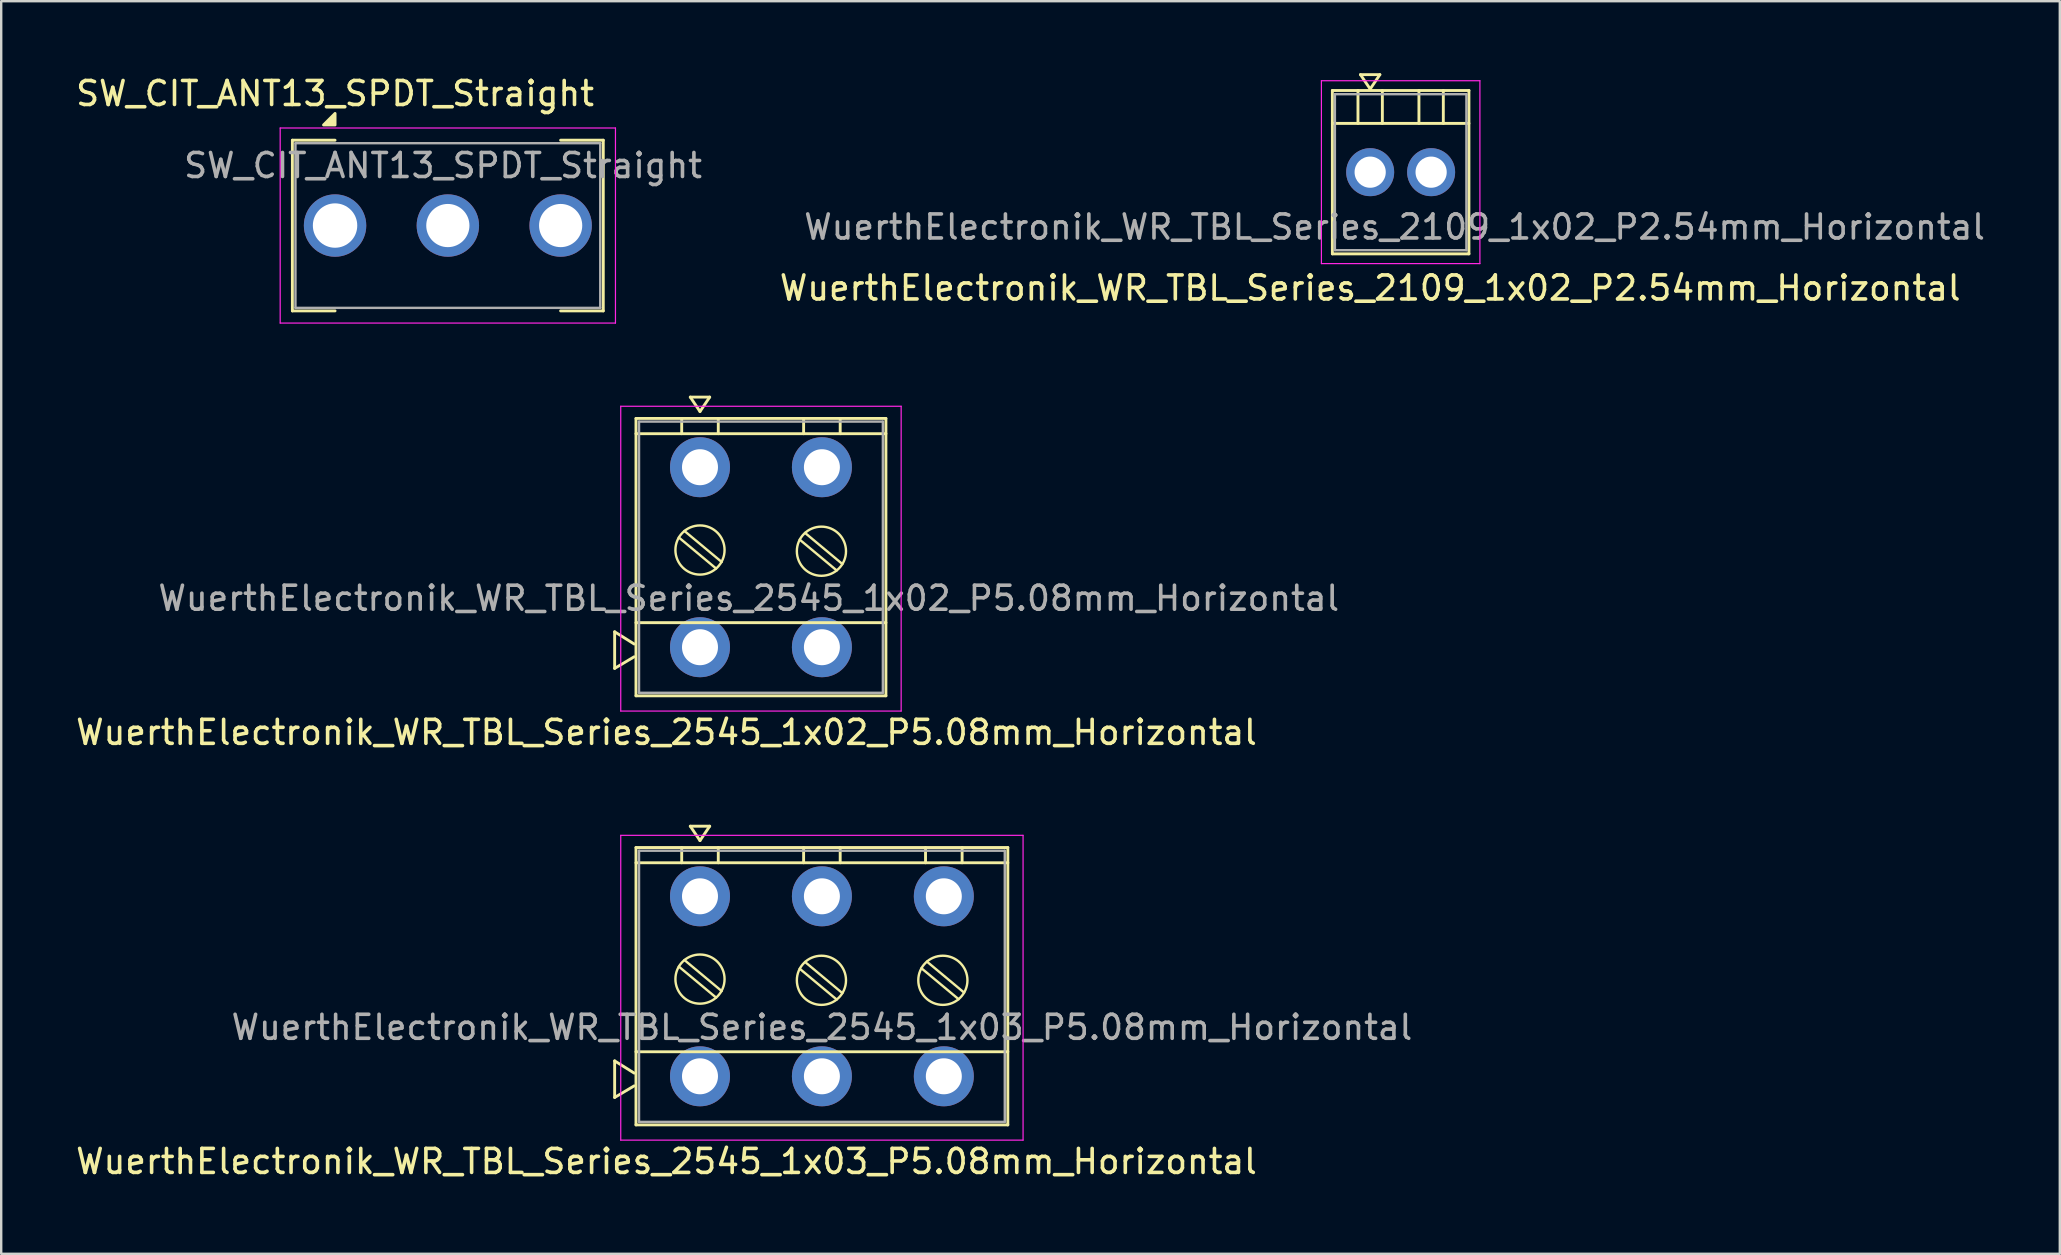
<source format=kicad_pcb>
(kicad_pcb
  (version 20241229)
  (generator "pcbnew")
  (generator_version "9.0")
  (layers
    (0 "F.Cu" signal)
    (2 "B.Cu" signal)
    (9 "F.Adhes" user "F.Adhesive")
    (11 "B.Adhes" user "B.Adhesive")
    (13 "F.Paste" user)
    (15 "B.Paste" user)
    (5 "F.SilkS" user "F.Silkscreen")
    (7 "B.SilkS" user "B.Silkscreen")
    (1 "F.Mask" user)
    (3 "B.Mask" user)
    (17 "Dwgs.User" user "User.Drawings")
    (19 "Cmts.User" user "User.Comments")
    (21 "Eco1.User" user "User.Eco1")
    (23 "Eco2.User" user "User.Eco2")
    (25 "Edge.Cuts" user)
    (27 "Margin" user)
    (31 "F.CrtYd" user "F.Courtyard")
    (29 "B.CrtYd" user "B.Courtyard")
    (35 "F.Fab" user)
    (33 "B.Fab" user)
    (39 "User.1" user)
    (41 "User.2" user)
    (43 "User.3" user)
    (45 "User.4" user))
  (footprint "WuerthElectronik_WR_TBL_Series_2109_1x02_P2.54mm_Horizontal"
    (layer "F.Cu")
    (at 54.042 4.124)
    (property "Reference" "WuerthElectronik_WR_TBL_Series_2109_1x02_P2.54mm_Horizontal" (at 0 4.826 0) (layer "F.SilkS") (effects (font (size 1 1) (thickness 0.15))))
    (attr through_hole)
    (fp_line (start -1.575 -3.404) (end -1.575 3.404) (stroke (width 0.12) (type solid)) (layer "F.SilkS"))
    (fp_line (start -1.575 -3.404) (end 4.115 -3.404) (stroke (width 0.12) (type solid)) (layer "F.SilkS"))
    (fp_line (start -1.575 -2.032) (end 4.115 -2.032) (stroke (width 0.12) (type solid)) (layer "F.SilkS"))
    (fp_line (start -1.575 3.404) (end 4.115 3.404) (stroke (width 0.12) (type solid)) (layer "F.SilkS"))
    (fp_line (start -0.508 -3.404) (end -0.508 -2.032) (stroke (width 0.12) (type solid)) (layer "F.SilkS"))
    (fp_line (start -0.404 -4.064) (end 0.404 -4.064) (stroke (width 0.12) (type solid)) (layer "F.SilkS"))
    (fp_line (start 0 -3.464) (end -0.404 -4.064) (stroke (width 0.12) (type solid)) (layer "F.SilkS"))
    (fp_line (start 0.404 -4.064) (end 0 -3.464) (stroke (width 0.12) (type solid)) (layer "F.SilkS"))
    (fp_line (start 0.508 -3.404) (end 0.508 -2.032) (stroke (width 0.12) (type solid)) (layer "F.SilkS"))
    (fp_line (start 2.032 -3.404) (end 2.032 -2.032) (stroke (width 0.12) (type solid)) (layer "F.SilkS"))
    (fp_line (start 3.048 -3.404) (end 3.048 -2.032) (stroke (width 0.12) (type solid)) (layer "F.SilkS"))
    (fp_line (start 4.115 -3.404) (end 4.115 3.404) (stroke (width 0.12) (type solid)) (layer "F.SilkS"))
    (fp_line (start -2.032 -3.81) (end -2.032 3.81) (stroke (width 0.05) (type solid)) (layer "F.CrtYd"))
    (fp_line (start -2.032 3.81) (end 4.572 3.81) (stroke (width 0.05) (type solid)) (layer "F.CrtYd"))
    (fp_line (start 4.572 -3.81) (end -2.032 -3.81) (stroke (width 0.05) (type solid)) (layer "F.CrtYd"))
    (fp_line (start 4.572 3.81) (end 4.572 -3.81) (stroke (width 0.05) (type solid)) (layer "F.CrtYd"))
    (fp_line (start -1.47 -3.25) (end -1.47 3.25) (stroke (width 0.1) (type solid)) (layer "F.Fab"))
    (fp_line (start -1.47 -3.25) (end 4.01 -3.25) (stroke (width 0.1) (type solid)) (layer "F.Fab"))
    (fp_line (start -1.47 3.25) (end 4.01 3.25) (stroke (width 0.1) (type solid)) (layer "F.Fab"))
    (fp_line (start 4.01 3.25) (end 4.01 -3.25) (stroke (width 0.1) (type solid)) (layer "F.Fab"))
    (fp_text user "${REFERENCE}" (at 1.016 2.286 0) (layer "F.Fab") (effects (font (size 1 1) (thickness 0.15))))
    (pad "1" thru_hole circle (at 0 0) (size 2 2) (drill 1.3) (layers "*.Cu" "*.Mask"))
    (pad "2" thru_hole circle (at 2.54 0) (size 2 2) (drill 1.3) (layers "*.Cu" "*.Mask")))
  (footprint "SW_CIT_ANT13_SPDT_Straight"
    (layer "F.Cu")
    (at 10.911 6.348)
    (property "Reference" "SW_CIT_ANT13_SPDT_Straight" (at 0 -5.5 0) (layer "F.SilkS") (effects (font (size 1 1) (thickness 0.15))))
    (attr through_hole)
    (fp_line (start -1.778 -3.556) (end -1.778 3.556) (stroke (width 0.12) (type solid)) (layer "F.SilkS"))
    (fp_line (start -1.778 3.556) (end 0 3.556) (stroke (width 0.12) (type solid)) (layer "F.SilkS"))
    (fp_line (start 0 -3.556) (end -1.778 -3.556) (stroke (width 0.12) (type solid)) (layer "F.SilkS"))
    (fp_line (start 9.398 -3.556) (end 11.176 -3.556) (stroke (width 0.12) (type solid)) (layer "F.SilkS"))
    (fp_line (start 9.398 3.556) (end 11.176 3.556) (stroke (width 0.12) (type solid)) (layer "F.SilkS"))
    (fp_line (start 11.176 -3.556) (end 11.176 3.556) (stroke (width 0.12) (type solid)) (layer "F.SilkS"))
    (fp_poly (pts (xy 0 -4.191) (xy -0.48 -4.191) (xy 0 -4.671) (xy 0 -4.191)) (stroke (width 0.12) (type solid)) (fill yes) (layer "F.SilkS"))
    (fp_line (start -2.286 -4.064) (end 11.684 -4.064) (stroke (width 0.05) (type solid)) (layer "F.CrtYd"))
    (fp_line (start -2.286 4.064) (end -2.286 -4.064) (stroke (width 0.05) (type solid)) (layer "F.CrtYd"))
    (fp_line (start 11.684 -4.064) (end 11.684 4.064) (stroke (width 0.05) (type solid)) (layer "F.CrtYd"))
    (fp_line (start 11.684 4.064) (end -2.286 4.064) (stroke (width 0.05) (type solid)) (layer "F.CrtYd"))
    (fp_line (start -1.65 -3.43) (end -1.65 3.43) (stroke (width 0.1) (type solid)) (layer "F.Fab"))
    (fp_line (start -1.65 -3.43) (end 11.05 -3.43) (stroke (width 0.1) (type solid)) (layer "F.Fab"))
    (fp_line (start -1.65 3.43) (end 11.05 3.43) (stroke (width 0.1) (type solid)) (layer "F.Fab"))
    (fp_line (start 11.05 -3.43) (end 11.05 3.43) (stroke (width 0.1) (type solid)) (layer "F.Fab"))
    (fp_text user "${REFERENCE}" (at 4.5 -2.5 0) (layer "F.Fab") (effects (font (size 1 1) (thickness 0.15))))
    (pad "1" thru_hole circle (at 0 0) (size 2.6 2.6) (drill 1.85) (layers "*.Cu" "*.Mask"))
    (pad "2" thru_hole circle (at 4.7 0) (size 2.6 2.6) (drill 1.8) (layers "*.Cu" "*.Mask"))
    (pad "3" thru_hole circle (at 9.4 0) (size 2.6 2.6) (drill 1.8) (layers "*.Cu" "*.Mask")))
  (footprint "WuerthElectronik_WR_TBL_Series_2545_1x03_P5.08mm_Horizontal"
    (layer "F.Cu")
    (at 26.117 34.297)
    (property "Reference" "WuerthElectronik_WR_TBL_Series_2545_1x03_P5.08mm_Horizontal" (at -1.397 11.049 0) (layer "F.SilkS") (effects (font (size 1 1) (thickness 0.15))))
    (attr through_hole)
    (fp_line (start -3.556 8.382) (end -3.556 6.858) (stroke (width 0.12) (type solid)) (layer "F.SilkS"))
    (fp_line (start -2.743 7.366) (end -3.556 6.858) (stroke (width 0.12) (type solid)) (layer "F.SilkS"))
    (fp_line (start -2.743 7.899) (end -3.556 8.382) (stroke (width 0.12) (type solid)) (layer "F.SilkS"))
    (fp_line (start -2.667 -2.032) (end -2.667 9.525) (stroke (width 0.12) (type solid)) (layer "F.SilkS"))
    (fp_line (start -2.667 -2.032) (end 12.827 -2.032) (stroke (width 0.12) (type solid)) (layer "F.SilkS"))
    (fp_line (start -2.667 -1.397) (end 12.827 -1.397) (stroke (width 0.12) (type solid)) (layer "F.SilkS"))
    (fp_line (start -2.667 6.477) (end 12.827 6.477) (stroke (width 0.12) (type solid)) (layer "F.SilkS"))
    (fp_line (start -2.667 9.525) (end 12.827 9.525) (stroke (width 0.12) (type solid)) (layer "F.SilkS"))
    (fp_line (start -0.881 2.928) (end 0.672 4.222) (stroke (width 0.1) (type default)) (layer "F.SilkS"))
    (fp_line (start -0.762 -2.032) (end -0.762 -1.397) (stroke (width 0.12) (type solid)) (layer "F.SilkS"))
    (fp_line (start -0.65 2.655) (end 0.904 3.949) (stroke (width 0.1) (type default)) (layer "F.SilkS"))
    (fp_line (start -0.404 -2.921) (end 0.404 -2.921) (stroke (width 0.12) (type solid)) (layer "F.SilkS"))
    (fp_line (start 0 -2.321) (end -0.404 -2.921) (stroke (width 0.12) (type solid)) (layer "F.SilkS"))
    (fp_line (start 0.404 -2.921) (end 0 -2.321) (stroke (width 0.12) (type solid)) (layer "F.SilkS"))
    (fp_line (start 0.762 -2.032) (end 0.762 -1.397) (stroke (width 0.12) (type solid)) (layer "F.SilkS"))
    (fp_line (start 4.156 3.019) (end 5.696 4.302) (stroke (width 0.1) (type default)) (layer "F.SilkS"))
    (fp_line (start 4.318 -2.032) (end 4.318 -1.397) (stroke (width 0.12) (type solid)) (layer "F.SilkS"))
    (fp_line (start 4.377 2.737) (end 5.933 4.034) (stroke (width 0.1) (type default)) (layer "F.SilkS"))
    (fp_line (start 5.842 -2.032) (end 5.842 -1.397) (stroke (width 0.12) (type solid)) (layer "F.SilkS"))
    (fp_line (start 9.228 2.998) (end 10.775 4.287) (stroke (width 0.1) (type default)) (layer "F.SilkS"))
    (fp_line (start 9.398 -2.032) (end 9.398 -1.397) (stroke (width 0.12) (type solid)) (layer "F.SilkS"))
    (fp_line (start 9.455 2.721) (end 11.006 4.014) (stroke (width 0.1) (type default)) (layer "F.SilkS"))
    (fp_line (start 10.922 -2.032) (end 10.922 -1.397) (stroke (width 0.12) (type solid)) (layer "F.SilkS"))
    (fp_line (start 12.827 -2.032) (end 12.827 9.525) (stroke (width 0.12) (type solid)) (layer "F.SilkS"))
    (fp_circle (center 0 3.45) (end 1.024 3.45) (stroke (width 0.1) (type solid)) (fill no) (layer "F.SilkS"))
    (fp_circle (center 5.06 3.5) (end 6.084 3.5) (stroke (width 0.1) (type solid)) (fill no) (layer "F.SilkS"))
    (fp_circle (center 10.12 3.5) (end 11.144 3.5) (stroke (width 0.1) (type solid)) (fill no) (layer "F.SilkS"))
    (fp_line (start -3.302 -2.54) (end -3.302 10.16) (stroke (width 0.05) (type solid)) (layer "F.CrtYd"))
    (fp_line (start -3.302 10.16) (end 13.462 10.16) (stroke (width 0.05) (type solid)) (layer "F.CrtYd"))
    (fp_line (start 13.462 -2.54) (end -3.302 -2.54) (stroke (width 0.05) (type solid)) (layer "F.CrtYd"))
    (fp_line (start 13.462 10.16) (end 13.462 -2.54) (stroke (width 0.05) (type solid)) (layer "F.CrtYd"))
    (fp_line (start -2.54 -1.9) (end -2.54 9.4) (stroke (width 0.1) (type solid)) (layer "F.Fab"))
    (fp_line (start -2.54 -1.9) (end 12.7 -1.9) (stroke (width 0.1) (type solid)) (layer "F.Fab"))
    (fp_line (start -2.54 9.4) (end 12.7 9.4) (stroke (width 0.1) (type solid)) (layer "F.Fab"))
    (fp_line (start 12.7 -1.9) (end 12.7 9.4) (stroke (width 0.1) (type solid)) (layer "F.Fab"))
    (fp_text user "${REFERENCE}" (at 5.08 5.461 0) (layer "F.Fab") (effects (font (size 1 1) (thickness 0.15))))
    (pad "1" thru_hole circle (at 0 0) (size 2.5 2.5) (drill 1.5) (layers "*.Cu" "*.Mask"))
    (pad "1" thru_hole circle (at 0 7.5) (size 2.5 2.5) (drill 1.5) (layers "*.Cu" "*.Mask"))
    (pad "2" thru_hole circle (at 5.08 0) (size 2.5 2.5) (drill 1.5) (layers "*.Cu" "*.Mask"))
    (pad "2" thru_hole circle (at 5.08 7.5) (size 2.5 2.5) (drill 1.5) (layers "*.Cu" "*.Mask"))
    (pad "3" thru_hole circle (at 10.16 0) (size 2.5 2.5) (drill 1.5) (layers "*.Cu" "*.Mask"))
    (pad "3" thru_hole circle (at 10.16 7.5) (size 2.5 2.5) (drill 1.5) (layers "*.Cu" "*.Mask")))
  (footprint "WuerthElectronik_WR_TBL_Series_2545_1x02_P5.08mm_Horizontal"
    (layer "F.Cu")
    (at 26.117 16.418)
    (property "Reference" "WuerthElectronik_WR_TBL_Series_2545_1x02_P5.08mm_Horizontal" (at -1.397 11.049 0) (layer "F.SilkS") (effects (font (size 1 1) (thickness 0.15))))
    (attr through_hole)
    (fp_line (start -3.556 8.382) (end -3.556 6.858) (stroke (width 0.12) (type solid)) (layer "F.SilkS"))
    (fp_line (start -2.743 7.366) (end -3.556 6.858) (stroke (width 0.12) (type solid)) (layer "F.SilkS"))
    (fp_line (start -2.743 7.899) (end -3.556 8.382) (stroke (width 0.12) (type solid)) (layer "F.SilkS"))
    (fp_line (start -2.667 -2.032) (end -2.667 9.525) (stroke (width 0.12) (type solid)) (layer "F.SilkS"))
    (fp_line (start -2.667 -2.032) (end 7.747 -2.032) (stroke (width 0.12) (type solid)) (layer "F.SilkS"))
    (fp_line (start -2.667 -1.397) (end 7.747 -1.397) (stroke (width 0.12) (type solid)) (layer "F.SilkS"))
    (fp_line (start -2.667 6.477) (end 7.747 6.477) (stroke (width 0.12) (type solid)) (layer "F.SilkS"))
    (fp_line (start -2.667 9.525) (end 7.747 9.525) (stroke (width 0.12) (type solid)) (layer "F.SilkS"))
    (fp_line (start -0.881 2.928) (end 0.672 4.222) (stroke (width 0.1) (type default)) (layer "F.SilkS"))
    (fp_line (start -0.762 -2.032) (end -0.762 -1.397) (stroke (width 0.12) (type solid)) (layer "F.SilkS"))
    (fp_line (start -0.65 2.655) (end 0.904 3.949) (stroke (width 0.1) (type default)) (layer "F.SilkS"))
    (fp_line (start -0.404 -2.921) (end 0.404 -2.921) (stroke (width 0.12) (type solid)) (layer "F.SilkS"))
    (fp_line (start 0 -2.321) (end -0.404 -2.921) (stroke (width 0.12) (type solid)) (layer "F.SilkS"))
    (fp_line (start 0.404 -2.921) (end 0 -2.321) (stroke (width 0.12) (type solid)) (layer "F.SilkS"))
    (fp_line (start 0.762 -2.032) (end 0.762 -1.397) (stroke (width 0.12) (type solid)) (layer "F.SilkS"))
    (fp_line (start 4.156 3.019) (end 5.696 4.302) (stroke (width 0.1) (type default)) (layer "F.SilkS"))
    (fp_line (start 4.318 -2.032) (end 4.318 -1.397) (stroke (width 0.12) (type solid)) (layer "F.SilkS"))
    (fp_line (start 4.377 2.737) (end 5.933 4.034) (stroke (width 0.1) (type default)) (layer "F.SilkS"))
    (fp_line (start 5.842 -2.032) (end 5.842 -1.397) (stroke (width 0.12) (type solid)) (layer "F.SilkS"))
    (fp_line (start 7.747 -2.032) (end 7.747 9.525) (stroke (width 0.12) (type solid)) (layer "F.SilkS"))
    (fp_circle (center 0 3.45) (end 1.024 3.45) (stroke (width 0.1) (type solid)) (fill no) (layer "F.SilkS"))
    (fp_circle (center 5.06 3.5) (end 6.084 3.5) (stroke (width 0.1) (type solid)) (fill no) (layer "F.SilkS"))
    (fp_line (start -3.302 -2.54) (end -3.302 10.16) (stroke (width 0.05) (type solid)) (layer "F.CrtYd"))
    (fp_line (start -3.302 10.16) (end 8.382 10.16) (stroke (width 0.05) (type solid)) (layer "F.CrtYd"))
    (fp_line (start 8.382 -2.54) (end -3.302 -2.54) (stroke (width 0.05) (type solid)) (layer "F.CrtYd"))
    (fp_line (start 8.382 10.16) (end 8.382 -2.54) (stroke (width 0.05) (type solid)) (layer "F.CrtYd"))
    (fp_line (start -2.54 -1.9) (end -2.54 9.4) (stroke (width 0.1) (type solid)) (layer "F.Fab"))
    (fp_line (start -2.54 -1.9) (end 7.62 -1.9) (stroke (width 0.1) (type solid)) (layer "F.Fab"))
    (fp_line (start -2.54 9.4) (end 7.62 9.4) (stroke (width 0.1) (type solid)) (layer "F.Fab"))
    (fp_line (start 7.62 -1.9) (end 7.62 9.4) (stroke (width 0.1) (type solid)) (layer "F.Fab"))
    (fp_text user "${REFERENCE}" (at 2.032 5.461 0) (layer "F.Fab") (effects (font (size 1 1) (thickness 0.15))))
    (pad "1" thru_hole circle (at 0 0) (size 2.5 2.5) (drill 1.5) (layers "*.Cu" "*.Mask"))
    (pad "1" thru_hole circle (at 0 7.5) (size 2.5 2.5) (drill 1.5) (layers "*.Cu" "*.Mask"))
    (pad "2" thru_hole circle (at 5.08 0) (size 2.5 2.5) (drill 1.5) (layers "*.Cu" "*.Mask"))
    (pad "2" thru_hole circle (at 5.08 7.5) (size 2.5 2.5) (drill 1.5) (layers "*.Cu" "*.Mask")))
  (gr_rect
    (start -3 -3)
    (end 82.778 49.194)
    (stroke (width 0.1) (type default))
    (fill no)
    (layer "Edge.Cuts")))
</source>
